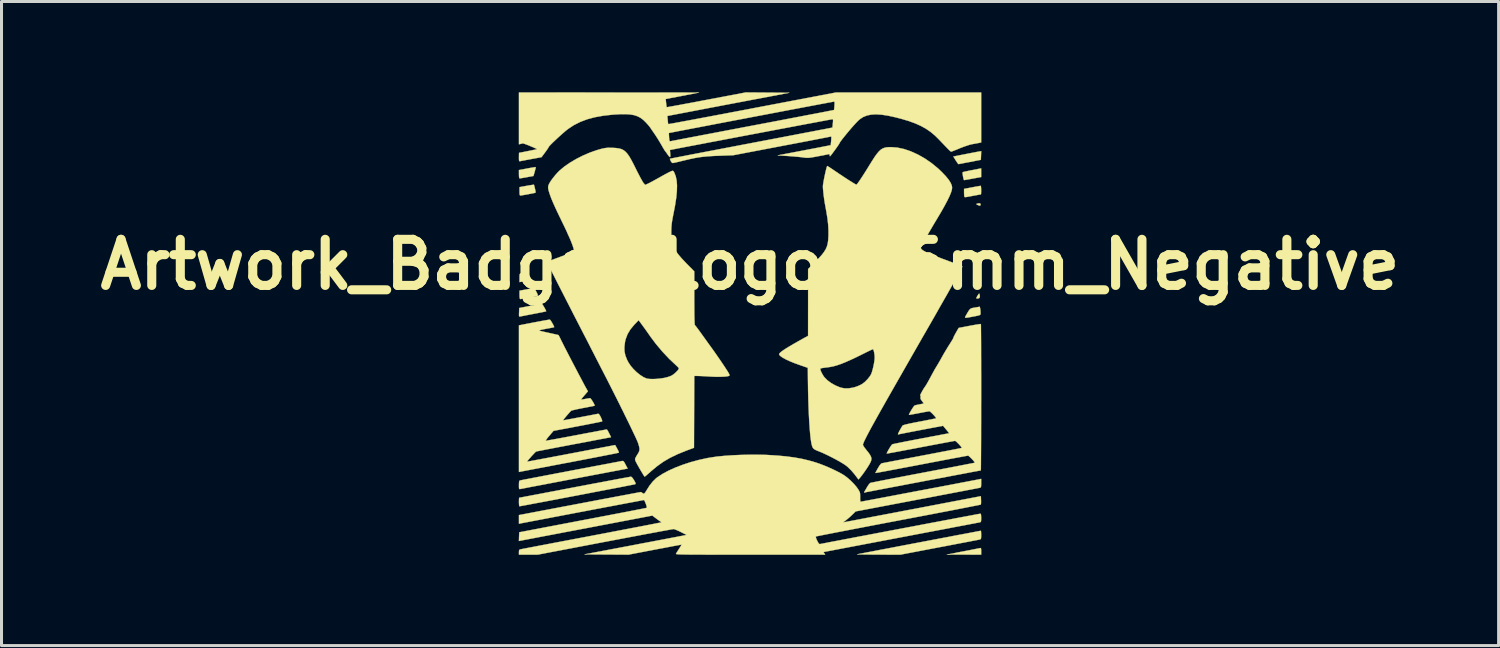
<source format=kicad_pcb>
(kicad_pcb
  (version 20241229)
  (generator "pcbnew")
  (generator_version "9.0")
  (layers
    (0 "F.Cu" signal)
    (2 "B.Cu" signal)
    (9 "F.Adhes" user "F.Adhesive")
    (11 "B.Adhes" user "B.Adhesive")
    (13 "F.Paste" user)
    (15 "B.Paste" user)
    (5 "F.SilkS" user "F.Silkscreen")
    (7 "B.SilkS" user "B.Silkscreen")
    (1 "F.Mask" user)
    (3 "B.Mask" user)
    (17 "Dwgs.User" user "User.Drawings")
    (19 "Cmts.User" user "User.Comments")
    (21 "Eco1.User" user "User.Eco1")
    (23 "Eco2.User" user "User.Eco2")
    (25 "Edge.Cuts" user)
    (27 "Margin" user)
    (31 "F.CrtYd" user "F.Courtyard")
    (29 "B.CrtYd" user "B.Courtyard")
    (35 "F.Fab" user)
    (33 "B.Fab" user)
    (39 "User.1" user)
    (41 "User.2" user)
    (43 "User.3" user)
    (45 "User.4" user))
  (footprint "Artwork_Badger_Logo_16mm_Negative"
    (layer "F.Cu")
    (at 21.742 7.645)
    (property "Reference" "Artwork_Badger_Logo_16mm_Negative" (at 0 -1.95 0) (layer "F.SilkS") (effects (font (size 1.524 1.524) (thickness 0.3))))
    (attr through_hole)
    (fp_poly (pts (xy -7.527 -2.015) (xy -7.527 -2.015) (xy -7.51 -1.976) (xy -7.516 -1.96) (xy -7.545 -1.957) (xy -7.576 -1.97) (xy -7.582 -1.993) (xy -7.573 -2.032) (xy -7.552 -2.04) (xy -7.527 -2.015)) (stroke (width 0.01) (type solid)) (fill yes) (layer "F.SilkS"))
    (fp_poly (pts (xy 7.603 -3.973) (xy 7.618 -3.951) (xy 7.62 -3.923) (xy 7.61 -3.901) (xy 7.579 -3.9) (xy 7.521 -3.921) (xy 7.517 -3.923) (xy 7.484 -3.942) (xy 7.486 -3.957) (xy 7.524 -3.968) (xy 7.564 -3.974) (xy 7.603 -3.973)) (stroke (width 0.01) (type solid)) (fill yes) (layer "F.SilkS"))
    (fp_poly (pts (xy 7.58 -0.986) (xy 7.589 -0.951) (xy 7.593 -0.934) (xy 7.596 -0.874) (xy 7.574 -0.841) (xy 7.525 -0.829) (xy 7.511 -0.828) (xy 7.483 -0.831) (xy 7.48 -0.845) (xy 7.496 -0.88) (xy 7.526 -0.931) (xy 7.551 -0.969) (xy 7.569 -0.99) (xy 7.58 -0.986)) (stroke (width 0.01) (type solid)) (fill yes) (layer "F.SilkS"))
    (fp_poly (pts (xy 7.633 7.429) (xy 7.638 7.461) (xy 7.639 7.521) (xy 7.639 7.526) (xy 7.639 7.639) (xy 7.07 7.637) (xy 6.501 7.636) (xy 7.027 7.534) (xy 7.165 7.508) (xy 7.293 7.483) (xy 7.404 7.461) (xy 7.495 7.443) (xy 7.56 7.43) (xy 7.594 7.423) (xy 7.596 7.423) (xy 7.62 7.419) (xy 7.633 7.429)) (stroke (width 0.01) (type solid)) (fill yes) (layer "F.SilkS"))
    (fp_poly (pts (xy -7.323 -1.57) (xy -7.294 -1.509) (xy -7.274 -1.463) (xy -7.266 -1.441) (xy -7.266 -1.44) (xy -7.286 -1.435) (xy -7.333 -1.425) (xy -7.394 -1.413) (xy -7.467 -1.4) (xy -7.531 -1.388) (xy -7.568 -1.381) (xy -7.62 -1.37) (xy -7.62 -1.512) (xy -7.619 -1.587) (xy -7.613 -1.632) (xy -7.592 -1.658) (xy -7.55 -1.672) (xy -7.479 -1.683) (xy -7.469 -1.684) (xy -7.385 -1.696) (xy -7.323 -1.57)) (stroke (width 0.01) (type solid)) (fill yes) (layer "F.SilkS"))
    (fp_poly (pts (xy -7.085 -5.172) (xy -7.086 -5.152) (xy -7.096 -5.105) (xy -7.113 -5.04) (xy -7.118 -5.021) (xy -7.159 -4.878) (xy -7.378 -4.838) (xy -7.466 -4.822) (xy -7.541 -4.809) (xy -7.594 -4.801) (xy -7.618 -4.798) (xy -7.63 -4.816) (xy -7.637 -4.867) (xy -7.639 -4.936) (xy -7.639 -5.074) (xy -7.365 -5.126) (xy -7.269 -5.144) (xy -7.186 -5.158) (xy -7.124 -5.168) (xy -7.09 -5.172) (xy -7.085 -5.172)) (stroke (width 0.01) (type solid)) (fill yes) (layer "F.SilkS"))
    (fp_poly (pts (xy 7.639 -4.843) (xy 7.361 -4.792) (xy 7.264 -4.774) (xy 7.18 -4.759) (xy 7.116 -4.748) (xy 7.079 -4.742) (xy 7.073 -4.741) (xy 7.064 -4.758) (xy 7.052 -4.803) (xy 7.039 -4.865) (xy 7.039 -4.866) (xy 7.029 -4.93) (xy 7.025 -4.98) (xy 7.028 -5.002) (xy 7.049 -5.01) (xy 7.101 -5.023) (xy 7.178 -5.039) (xy 7.271 -5.059) (xy 7.339 -5.072) (xy 7.639 -5.13) (xy 7.639 -4.843)) (stroke (width 0.01) (type solid)) (fill yes) (layer "F.SilkS"))
    (fp_poly (pts (xy 7.635 -5.555) (xy 7.629 -5.412) (xy 7.263 -5.341) (xy 7.15 -5.32) (xy 7.05 -5.301) (xy 6.97 -5.285) (xy 6.913 -5.275) (xy 6.887 -5.27) (xy 6.886 -5.27) (xy 6.873 -5.285) (xy 6.845 -5.324) (xy 6.808 -5.38) (xy 6.798 -5.396) (xy 6.719 -5.522) (xy 7.118 -5.6) (xy 7.239 -5.624) (xy 7.352 -5.646) (xy 7.449 -5.664) (xy 7.524 -5.679) (xy 7.571 -5.687) (xy 7.578 -5.688) (xy 7.64 -5.699) (xy 7.635 -5.555)) (stroke (width 0.01) (type solid)) (fill yes) (layer "F.SilkS"))
    (fp_poly (pts (xy 7.604 -0.509) (xy 7.612 -0.46) (xy 7.617 -0.396) (xy 7.618 -0.373) (xy 7.619 -0.336) (xy 7.617 -0.309) (xy 7.605 -0.29) (xy 7.58 -0.276) (xy 7.534 -0.263) (xy 7.464 -0.248) (xy 7.362 -0.229) (xy 7.351 -0.227) (xy 7.246 -0.207) (xy 7.174 -0.195) (xy 7.129 -0.191) (xy 7.109 -0.197) (xy 7.108 -0.214) (xy 7.122 -0.243) (xy 7.142 -0.278) (xy 7.193 -0.366) (xy 7.231 -0.428) (xy 7.262 -0.468) (xy 7.293 -0.494) (xy 7.33 -0.509) (xy 7.379 -0.52) (xy 7.435 -0.529) (xy 7.592 -0.557) (xy 7.604 -0.509)) (stroke (width 0.01) (type solid)) (fill yes) (layer "F.SilkS"))
    (fp_poly (pts (xy -7.143 -4.589) (xy -7.137 -4.568) (xy -7.125 -4.521) (xy -7.109 -4.457) (xy -7.109 -4.454) (xy -7.094 -4.387) (xy -7.088 -4.349) (xy -7.092 -4.329) (xy -7.107 -4.321) (xy -7.119 -4.318) (xy -7.213 -4.299) (xy -7.31 -4.28) (xy -7.404 -4.262) (xy -7.487 -4.248) (xy -7.549 -4.238) (xy -7.583 -4.233) (xy -7.585 -4.233) (xy -7.603 -4.237) (xy -7.614 -4.255) (xy -7.619 -4.294) (xy -7.62 -4.362) (xy -7.62 -4.371) (xy -7.62 -4.509) (xy -7.384 -4.553) (xy -7.295 -4.568) (xy -7.221 -4.58) (xy -7.168 -4.588) (xy -7.144 -4.589) (xy -7.143 -4.589)) (stroke (width 0.01) (type solid)) (fill yes) (layer "F.SilkS"))
    (fp_poly (pts (xy -7.131 -1.167) (xy -7.106 -1.129) (xy -7.074 -1.072) (xy -7.066 -1.056) (xy -7.033 -0.989) (xy -7.017 -0.949) (xy -7.016 -0.927) (xy -7.027 -0.916) (xy -7.032 -0.915) (xy -7.065 -0.907) (xy -7.124 -0.895) (xy -7.202 -0.88) (xy -7.29 -0.863) (xy -7.381 -0.846) (xy -7.465 -0.831) (xy -7.535 -0.818) (xy -7.583 -0.811) (xy -7.598 -0.809) (xy -7.611 -0.828) (xy -7.618 -0.883) (xy -7.62 -0.948) (xy -7.62 -1.087) (xy -7.39 -1.129) (xy -7.3 -1.146) (xy -7.225 -1.161) (xy -7.171 -1.172) (xy -7.146 -1.179) (xy -7.146 -1.179) (xy -7.131 -1.167)) (stroke (width 0.01) (type solid)) (fill yes) (layer "F.SilkS"))
    (fp_poly (pts (xy 7.631 -4.536) (xy 7.636 -4.49) (xy 7.639 -4.425) (xy 7.639 -4.412) (xy 7.638 -4.345) (xy 7.636 -4.295) (xy 7.633 -4.272) (xy 7.632 -4.271) (xy 7.612 -4.268) (xy 7.562 -4.259) (xy 7.489 -4.245) (xy 7.4 -4.229) (xy 7.375 -4.224) (xy 7.27 -4.204) (xy 7.196 -4.191) (xy 7.147 -4.182) (xy 7.117 -4.179) (xy 7.101 -4.18) (xy 7.093 -4.184) (xy 7.087 -4.189) (xy 7.081 -4.213) (xy 7.076 -4.264) (xy 7.074 -4.327) (xy 7.074 -4.452) (xy 7.342 -4.503) (xy 7.439 -4.521) (xy 7.522 -4.536) (xy 7.584 -4.547) (xy 7.62 -4.553) (xy 7.625 -4.553) (xy 7.631 -4.536)) (stroke (width 0.01) (type solid)) (fill yes) (layer "F.SilkS"))
    (fp_poly (pts (xy -6.869 -0.643) (xy -6.844 -0.605) (xy -6.812 -0.553) (xy -6.781 -0.498) (xy -6.755 -0.448) (xy -6.74 -0.414) (xy -6.739 -0.405) (xy -6.758 -0.399) (xy -6.809 -0.388) (xy -6.887 -0.372) (xy -6.985 -0.353) (xy -7.098 -0.331) (xy -7.15 -0.321) (xy -7.271 -0.298) (xy -7.381 -0.277) (xy -7.475 -0.258) (xy -7.547 -0.244) (xy -7.59 -0.236) (xy -7.597 -0.234) (xy -7.619 -0.231) (xy -7.631 -0.238) (xy -7.637 -0.263) (xy -7.637 -0.313) (xy -7.635 -0.37) (xy -7.629 -0.515) (xy -7.263 -0.585) (xy -7.15 -0.607) (xy -7.05 -0.626) (xy -6.968 -0.642) (xy -6.911 -0.652) (xy -6.884 -0.657) (xy -6.883 -0.657) (xy -6.869 -0.643)) (stroke (width 0.01) (type solid)) (fill yes) (layer "F.SilkS"))
    (fp_poly (pts (xy 7.634 6.866) (xy 7.637 6.911) (xy 7.639 6.976) (xy 7.639 6.988) (xy 7.638 7.059) (xy 7.634 7.102) (xy 7.623 7.124) (xy 7.605 7.135) (xy 7.596 7.137) (xy 7.571 7.142) (xy 7.512 7.154) (xy 7.422 7.171) (xy 7.305 7.194) (xy 7.163 7.221) (xy 6.999 7.252) (xy 6.817 7.287) (xy 6.619 7.325) (xy 6.41 7.365) (xy 6.261 7.393) (xy 4.967 7.639) (xy 4.238 7.637) (xy 4.078 7.636) (xy 3.931 7.635) (xy 3.802 7.634) (xy 3.694 7.632) (xy 3.612 7.631) (xy 3.558 7.629) (xy 3.537 7.628) (xy 3.537 7.627) (xy 3.559 7.623) (xy 3.615 7.612) (xy 3.702 7.595) (xy 3.817 7.573) (xy 3.958 7.546) (xy 4.12 7.515) (xy 4.302 7.48) (xy 4.501 7.442) (xy 4.713 7.402) (xy 4.936 7.359) (xy 5.168 7.315) (xy 5.404 7.27) (xy 5.642 7.225) (xy 5.88 7.18) (xy 6.114 7.135) (xy 6.341 7.092) (xy 6.559 7.051) (xy 6.765 7.011) (xy 6.956 6.975) (xy 7.129 6.943) (xy 7.281 6.914) (xy 7.409 6.89) (xy 7.511 6.87) (xy 7.583 6.857) (xy 7.622 6.85) (xy 7.629 6.849) (xy 7.634 6.866)) (stroke (width 0.01) (type solid)) (fill yes) (layer "F.SilkS"))
    (fp_poly (pts (xy -4.183 4.551) (xy -4.16 4.58) (xy -4.129 4.635) (xy -4.114 4.663) (xy -4.045 4.794) (xy -4.116 4.806) (xy -4.162 4.815) (xy -4.241 4.83) (xy -4.347 4.85) (xy -4.479 4.875) (xy -4.633 4.904) (xy -4.806 4.937) (xy -4.995 4.973) (xy -5.197 5.011) (xy -5.408 5.051) (xy -5.625 5.092) (xy -5.846 5.134) (xy -6.067 5.176) (xy -6.284 5.218) (xy -6.496 5.258) (xy -6.698 5.297) (xy -6.887 5.333) (xy -7.061 5.366) (xy -7.216 5.395) (xy -7.349 5.421) (xy -7.456 5.442) (xy -7.535 5.457) (xy -7.583 5.466) (xy -7.596 5.469) (xy -7.618 5.472) (xy -7.631 5.464) (xy -7.637 5.438) (xy -7.639 5.386) (xy -7.639 5.337) (xy -7.637 5.263) (xy -7.632 5.218) (xy -7.621 5.195) (xy -7.606 5.186) (xy -7.583 5.181) (xy -7.526 5.17) (xy -7.437 5.152) (xy -7.319 5.13) (xy -7.175 5.102) (xy -7.007 5.07) (xy -6.819 5.034) (xy -6.613 4.995) (xy -6.391 4.952) (xy -6.156 4.908) (xy -5.927 4.864) (xy -5.682 4.818) (xy -5.448 4.774) (xy -5.225 4.731) (xy -5.019 4.692) (xy -4.83 4.657) (xy -4.662 4.625) (xy -4.518 4.597) (xy -4.4 4.575) (xy -4.311 4.558) (xy -4.254 4.547) (xy -4.231 4.543) (xy -4.205 4.541) (xy -4.183 4.551)) (stroke (width 0.01) (type solid)) (fill yes) (layer "F.SilkS"))
    (fp_poly (pts (xy -3.908 5.077) (xy -3.872 5.12) (xy -3.835 5.179) (xy -3.8 5.24) (xy -3.784 5.278) (xy -3.783 5.298) (xy -3.797 5.309) (xy -3.798 5.31) (xy -3.819 5.315) (xy -3.874 5.326) (xy -3.961 5.343) (xy -4.075 5.365) (xy -4.215 5.393) (xy -4.376 5.424) (xy -4.556 5.459) (xy -4.752 5.496) (xy -4.962 5.536) (xy -5.181 5.578) (xy -5.407 5.622) (xy -5.637 5.666) (xy -5.868 5.71) (xy -6.097 5.753) (xy -6.321 5.796) (xy -6.537 5.837) (xy -6.742 5.876) (xy -6.933 5.912) (xy -7.107 5.944) (xy -7.26 5.973) (xy -7.391 5.998) (xy -7.496 6.017) (xy -7.571 6.031) (xy -7.615 6.038) (xy -7.625 6.04) (xy -7.631 6.022) (xy -7.636 5.977) (xy -7.639 5.912) (xy -7.639 5.898) (xy -7.638 5.831) (xy -7.635 5.781) (xy -7.631 5.758) (xy -7.631 5.757) (xy -7.611 5.754) (xy -7.558 5.744) (xy -7.472 5.728) (xy -7.357 5.706) (xy -7.215 5.679) (xy -7.048 5.648) (xy -6.86 5.612) (xy -6.652 5.572) (xy -6.427 5.53) (xy -6.188 5.484) (xy -5.937 5.436) (xy -5.793 5.409) (xy -5.536 5.36) (xy -5.289 5.313) (xy -5.054 5.269) (xy -4.835 5.228) (xy -4.634 5.19) (xy -4.453 5.156) (xy -4.294 5.126) (xy -4.162 5.102) (xy -4.057 5.083) (xy -3.982 5.069) (xy -3.941 5.062) (xy -3.934 5.061) (xy -3.908 5.077)) (stroke (width 0.01) (type solid)) (fill yes) (layer "F.SilkS"))
    (fp_poly (pts (xy -6.603 -0.117) (xy -6.576 -0.079) (xy -6.544 -0.027) (xy -6.513 0.028) (xy -6.488 0.078) (xy -6.475 0.112) (xy -6.476 0.121) (xy -6.496 0.126) (xy -6.545 0.136) (xy -6.618 0.15) (xy -6.707 0.166) (xy -6.731 0.171) (xy -6.822 0.188) (xy -6.899 0.204) (xy -6.953 0.217) (xy -6.979 0.226) (xy -6.98 0.227) (xy -6.963 0.234) (xy -6.914 0.248) (xy -6.841 0.266) (xy -6.748 0.287) (xy -6.657 0.307) (xy -6.552 0.33) (xy -6.461 0.35) (xy -6.39 0.366) (xy -6.344 0.377) (xy -6.33 0.381) (xy -6.32 0.399) (xy -6.297 0.444) (xy -6.264 0.51) (xy -6.225 0.591) (xy -6.214 0.611) (xy -6.18 0.681) (xy -6.131 0.777) (xy -6.071 0.893) (xy -6.003 1.026) (xy -5.928 1.17) (xy -5.85 1.32) (xy -5.77 1.472) (xy -5.693 1.62) (xy -5.619 1.76) (xy -5.552 1.886) (xy -5.495 1.995) (xy -5.449 2.08) (xy -5.418 2.136) (xy -5.415 2.14) (xy -5.359 2.239) (xy -5.475 2.373) (xy -5.524 2.431) (xy -5.561 2.478) (xy -5.582 2.506) (xy -5.584 2.512) (xy -5.564 2.511) (xy -5.518 2.505) (xy -5.453 2.493) (xy -5.447 2.492) (xy -5.377 2.479) (xy -5.32 2.47) (xy -5.287 2.466) (xy -5.287 2.466) (xy -5.268 2.48) (xy -5.239 2.518) (xy -5.205 2.569) (xy -5.173 2.624) (xy -5.148 2.673) (xy -5.136 2.707) (xy -5.138 2.715) (xy -5.158 2.721) (xy -5.209 2.732) (xy -5.287 2.747) (xy -5.384 2.766) (xy -5.495 2.787) (xy -5.522 2.792) (xy -5.637 2.815) (xy -5.74 2.836) (xy -5.825 2.856) (xy -5.886 2.872) (xy -5.916 2.883) (xy -5.919 2.885) (xy -6 2.976) (xy -6.07 3.056) (xy -6.125 3.122) (xy -6.162 3.17) (xy -6.179 3.195) (xy -6.178 3.199) (xy -6.157 3.195) (xy -6.104 3.186) (xy -6.025 3.171) (xy -5.926 3.153) (xy -5.812 3.132) (xy -5.689 3.109) (xy -5.562 3.085) (xy -5.437 3.061) (xy -5.319 3.039) (xy -5.214 3.019) (xy -5.128 3.002) (xy -5.065 2.99) (xy -5.032 2.983) (xy -5.032 2.983) (xy -5.009 2.984) (xy -4.987 3.002) (xy -4.96 3.044) (xy -4.932 3.098) (xy -4.903 3.163) (xy -4.888 3.211) (xy -4.888 3.234) (xy -4.889 3.234) (xy -4.911 3.24) (xy -4.966 3.252) (xy -5.05 3.269) (xy -5.159 3.291) (xy -5.29 3.317) (xy -5.438 3.346) (xy -5.6 3.377) (xy -5.701 3.396) (xy -6.496 3.546) (xy -6.633 3.706) (xy -6.687 3.77) (xy -6.727 3.823) (xy -6.751 3.859) (xy -6.755 3.872) (xy -6.734 3.87) (xy -6.679 3.861) (xy -6.595 3.846) (xy -6.484 3.827) (xy -6.349 3.802) (xy -6.195 3.774) (xy -6.024 3.742) (xy -5.841 3.707) (xy -5.742 3.689) (xy -5.554 3.653) (xy -5.376 3.619) (xy -5.214 3.589) (xy -5.069 3.562) (xy -4.946 3.538) (xy -4.848 3.52) (xy -4.778 3.507) (xy -4.74 3.5) (xy -4.734 3.5) (xy -4.721 3.515) (xy -4.696 3.556) (xy -4.665 3.615) (xy -4.658 3.628) (xy -4.594 3.756) (xy -5.82 3.988) (xy -6.03 4.028) (xy -6.229 4.066) (xy -6.415 4.101) (xy -6.584 4.134) (xy -6.732 4.162) (xy -6.858 4.187) (xy -6.957 4.206) (xy -7.027 4.22) (xy -7.065 4.228) (xy -7.07 4.229) (xy -7.09 4.245) (xy -7.126 4.281) (xy -7.174 4.332) (xy -7.227 4.389) (xy -7.279 4.448) (xy -7.324 4.501) (xy -7.357 4.541) (xy -7.371 4.562) (xy -7.371 4.564) (xy -7.352 4.561) (xy -7.299 4.552) (xy -7.215 4.537) (xy -7.102 4.516) (xy -6.963 4.49) (xy -6.802 4.46) (xy -6.62 4.426) (xy -6.421 4.388) (xy -6.207 4.348) (xy -5.982 4.305) (xy -5.912 4.292) (xy -4.459 4.015) (xy -4.392 4.136) (xy -4.361 4.196) (xy -4.341 4.242) (xy -4.336 4.267) (xy -4.337 4.268) (xy -4.356 4.273) (xy -4.41 4.284) (xy -4.496 4.302) (xy -4.61 4.325) (xy -4.751 4.352) (xy -4.914 4.384) (xy -5.099 4.42) (xy -5.301 4.459) (xy -5.519 4.501) (xy -5.748 4.545) (xy -5.904 4.575) (xy -6.143 4.62) (xy -6.372 4.664) (xy -6.59 4.705) (xy -6.793 4.744) (xy -6.978 4.779) (xy -7.143 4.81) (xy -7.283 4.837) (xy -7.398 4.859) (xy -7.482 4.875) (xy -7.535 4.885) (xy -7.549 4.888) (xy -7.639 4.905) (xy -7.639 0.059) (xy -7.54 0.04) (xy -7.416 0.015) (xy -7.284 -0.01) (xy -7.151 -0.036) (xy -7.022 -0.06) (xy -6.902 -0.083) (xy -6.796 -0.102) (xy -6.711 -0.117) (xy -6.651 -0.127) (xy -6.622 -0.132) (xy -6.621 -0.132) (xy -6.603 -0.117)) (stroke (width 0.01) (type solid)) (fill yes) (layer "F.SilkS"))
    (fp_poly (pts (xy 4.871 -5.816) (xy 5.092 -5.768) (xy 5.32 -5.69) (xy 5.551 -5.585) (xy 5.78 -5.455) (xy 6.002 -5.302) (xy 6.213 -5.129) (xy 6.333 -5.015) (xy 6.464 -4.878) (xy 6.563 -4.757) (xy 6.631 -4.651) (xy 6.669 -4.56) (xy 6.679 -4.493) (xy 6.67 -4.422) (xy 6.64 -4.326) (xy 6.59 -4.206) (xy 6.52 -4.061) (xy 6.428 -3.889) (xy 6.315 -3.689) (xy 6.18 -3.462) (xy 6.073 -3.284) (xy 5.975 -3.117) (xy 5.886 -2.964) (xy 5.809 -2.829) (xy 5.745 -2.713) (xy 5.695 -2.619) (xy 5.661 -2.552) (xy 5.645 -2.512) (xy 5.644 -2.506) (xy 5.653 -2.477) (xy 5.679 -2.446) (xy 5.726 -2.412) (xy 5.796 -2.373) (xy 5.89 -2.328) (xy 6.013 -2.276) (xy 6.165 -2.215) (xy 6.35 -2.145) (xy 6.453 -2.107) (xy 6.569 -2.064) (xy 6.681 -2.022) (xy 6.78 -1.984) (xy 6.86 -1.952) (xy 6.91 -1.931) (xy 7.019 -1.883) (xy 6.973 -1.793) (xy 6.935 -1.72) (xy 6.878 -1.616) (xy 6.804 -1.482) (xy 6.712 -1.319) (xy 6.605 -1.13) (xy 6.483 -0.914) (xy 6.482 -0.913) (xy 6.41 -0.787) (xy 6.333 -0.652) (xy 6.257 -0.519) (xy 6.189 -0.398) (xy 6.134 -0.301) (xy 6.08 -0.206) (xy 6.012 -0.088) (xy 5.937 0.044) (xy 5.858 0.18) (xy 5.783 0.311) (xy 5.767 0.339) (xy 5.696 0.461) (xy 5.625 0.586) (xy 5.557 0.704) (xy 5.497 0.809) (xy 5.45 0.891) (xy 5.438 0.913) (xy 5.402 0.975) (xy 5.351 1.064) (xy 5.288 1.175) (xy 5.215 1.302) (xy 5.136 1.44) (xy 5.054 1.584) (xy 5.002 1.675) (xy 4.81 2.011) (xy 4.636 2.316) (xy 4.48 2.591) (xy 4.341 2.837) (xy 4.218 3.056) (xy 4.111 3.249) (xy 4.018 3.417) (xy 3.94 3.561) (xy 3.876 3.683) (xy 3.824 3.784) (xy 3.784 3.865) (xy 3.756 3.928) (xy 3.739 3.973) (xy 3.732 4.003) (xy 3.732 4.013) (xy 3.749 4.048) (xy 3.784 4.1) (xy 3.828 4.158) (xy 3.909 4.259) (xy 3.965 4.339) (xy 3.999 4.404) (xy 4.012 4.462) (xy 4.006 4.519) (xy 3.982 4.581) (xy 3.95 4.642) (xy 3.901 4.723) (xy 3.838 4.819) (xy 3.769 4.919) (xy 3.702 5.011) (xy 3.645 5.083) (xy 3.636 5.093) (xy 3.584 5.153) (xy 3.452 4.98) (xy 3.341 4.85) (xy 3.226 4.738) (xy 3.179 4.699) (xy 3.108 4.65) (xy 3.009 4.589) (xy 2.891 4.522) (xy 2.761 4.452) (xy 2.626 4.383) (xy 2.494 4.319) (xy 2.373 4.263) (xy 2.277 4.224) (xy 2.188 4.188) (xy 2.128 4.157) (xy 2.089 4.124) (xy 2.063 4.082) (xy 2.044 4.024) (xy 2.042 4.018) (xy 2.023 3.93) (xy 2.004 3.806) (xy 1.987 3.651) (xy 1.972 3.467) (xy 1.957 3.257) (xy 1.945 3.023) (xy 1.934 2.77) (xy 1.925 2.498) (xy 1.918 2.212) (xy 1.914 1.915) (xy 1.913 1.875) (xy 1.91 1.514) (xy 2.322 1.514) (xy 2.337 1.563) (xy 2.365 1.625) (xy 2.402 1.693) (xy 2.444 1.757) (xy 2.456 1.772) (xy 2.552 1.871) (xy 2.677 1.964) (xy 2.822 2.046) (xy 2.979 2.111) (xy 3.001 2.118) (xy 3.12 2.141) (xy 3.257 2.141) (xy 3.402 2.118) (xy 3.476 2.098) (xy 3.56 2.068) (xy 3.643 2.031) (xy 3.708 1.996) (xy 3.712 1.993) (xy 3.804 1.921) (xy 3.892 1.83) (xy 3.966 1.735) (xy 4.005 1.667) (xy 4.029 1.601) (xy 4.055 1.509) (xy 4.08 1.403) (xy 4.101 1.296) (xy 4.115 1.199) (xy 4.12 1.123) (xy 4.12 1.122) (xy 4.117 1.054) (xy 4.107 0.983) (xy 4.094 0.918) (xy 4.079 0.87) (xy 4.065 0.847) (xy 4.062 0.847) (xy 4.041 0.855) (xy 3.991 0.877) (xy 3.919 0.911) (xy 3.83 0.955) (xy 3.729 1.005) (xy 3.721 1.009) (xy 3.506 1.115) (xy 3.32 1.202) (xy 3.157 1.274) (xy 3.014 1.332) (xy 2.886 1.376) (xy 2.768 1.41) (xy 2.657 1.433) (xy 2.547 1.449) (xy 2.533 1.45) (xy 2.451 1.46) (xy 2.383 1.471) (xy 2.338 1.481) (xy 2.325 1.487) (xy 2.322 1.514) (xy 1.91 1.514) (xy 1.91 1.463) (xy 1.627 1.365) (xy 1.462 1.305) (xy 1.315 1.245) (xy 1.189 1.187) (xy 1.088 1.132) (xy 1.014 1.083) (xy 0.97 1.04) (xy 0.96 1.013) (xy 0.972 0.986) (xy 1.011 0.948) (xy 1.077 0.897) (xy 1.171 0.834) (xy 1.295 0.758) (xy 1.45 0.667) (xy 1.637 0.561) (xy 1.735 0.506) (xy 1.918 0.405) (xy 1.919 -0.699) (xy 1.919 -1.803) (xy 2.141 -2.026) (xy 2.267 -2.155) (xy 2.367 -2.265) (xy 2.443 -2.364) (xy 2.501 -2.456) (xy 2.541 -2.548) (xy 2.567 -2.646) (xy 2.583 -2.756) (xy 2.591 -2.883) (xy 2.592 -2.916) (xy 2.592 -3.09) (xy 2.582 -3.269) (xy 2.56 -3.463) (xy 2.526 -3.678) (xy 2.493 -3.857) (xy 2.472 -3.973) (xy 2.452 -4.101) (xy 2.434 -4.233) (xy 2.421 -4.357) (xy 2.411 -4.464) (xy 2.408 -4.541) (xy 2.412 -4.586) (xy 2.423 -4.655) (xy 2.438 -4.742) (xy 2.457 -4.839) (xy 2.478 -4.938) (xy 2.499 -5.032) (xy 2.519 -5.113) (xy 2.536 -5.174) (xy 2.548 -5.206) (xy 2.55 -5.209) (xy 2.567 -5.201) (xy 2.609 -5.175) (xy 2.672 -5.134) (xy 2.75 -5.082) (xy 2.816 -5.037) (xy 2.937 -4.955) (xy 3.057 -4.875) (xy 3.171 -4.8) (xy 3.276 -4.732) (xy 3.368 -4.675) (xy 3.441 -4.63) (xy 3.491 -4.601) (xy 3.515 -4.591) (xy 3.515 -4.591) (xy 3.533 -4.606) (xy 3.568 -4.651) (xy 3.618 -4.721) (xy 3.679 -4.813) (xy 3.751 -4.923) (xy 3.831 -5.049) (xy 3.916 -5.186) (xy 3.934 -5.216) (xy 4.033 -5.375) (xy 4.116 -5.505) (xy 4.19 -5.607) (xy 4.255 -5.686) (xy 4.317 -5.745) (xy 4.38 -5.785) (xy 4.445 -5.811) (xy 4.518 -5.826) (xy 4.602 -5.832) (xy 4.662 -5.832) (xy 4.871 -5.816)) (stroke (width 0.01) (type solid)) (fill yes) (layer "F.SilkS"))
    (fp_poly (pts (xy -4.591 -5.81) (xy -4.544 -5.809) (xy -4.431 -5.802) (xy -4.335 -5.789) (xy -4.253 -5.767) (xy -4.182 -5.732) (xy -4.116 -5.681) (xy -4.053 -5.611) (xy -3.989 -5.519) (xy -3.921 -5.401) (xy -3.844 -5.254) (xy -3.781 -5.127) (xy -3.722 -5.008) (xy -3.664 -4.897) (xy -3.612 -4.799) (xy -3.568 -4.721) (xy -3.536 -4.667) (xy -3.522 -4.648) (xy -3.467 -4.583) (xy -3.385 -4.619) (xy -3.339 -4.641) (xy -3.269 -4.678) (xy -3.182 -4.725) (xy -3.088 -4.777) (xy -3.048 -4.799) (xy -2.912 -4.875) (xy -2.805 -4.935) (xy -2.721 -4.979) (xy -2.656 -5.012) (xy -2.607 -5.034) (xy -2.587 -5.043) (xy -2.556 -5.05) (xy -2.534 -5.039) (xy -2.511 -5.002) (xy -2.501 -4.984) (xy -2.456 -4.867) (xy -2.427 -4.728) (xy -2.414 -4.565) (xy -2.419 -4.375) (xy -2.44 -4.158) (xy -2.478 -3.909) (xy -2.513 -3.725) (xy -2.542 -3.58) (xy -2.564 -3.464) (xy -2.58 -3.368) (xy -2.591 -3.287) (xy -2.598 -3.211) (xy -2.602 -3.133) (xy -2.604 -3.046) (xy -2.604 -3.001) (xy -2.604 -2.887) (xy -2.602 -2.803) (xy -2.597 -2.739) (xy -2.589 -2.688) (xy -2.576 -2.641) (xy -2.563 -2.606) (xy -2.516 -2.501) (xy -2.451 -2.392) (xy -2.364 -2.275) (xy -2.252 -2.145) (xy -2.113 -1.998) (xy -2.094 -1.978) (xy -1.844 -1.726) (xy -1.844 -0.846) (xy -1.843 -0.634) (xy -1.842 -0.448) (xy -1.841 -0.288) (xy -1.838 -0.157) (xy -1.835 -0.056) (xy -1.831 0.011) (xy -1.827 0.044) (xy -1.826 0.047) (xy -1.81 0.065) (xy -1.775 0.109) (xy -1.727 0.173) (xy -1.668 0.253) (xy -1.605 0.341) (xy -1.524 0.453) (xy -1.436 0.576) (xy -1.349 0.697) (xy -1.271 0.805) (xy -1.236 0.853) (xy -1.169 0.947) (xy -1.089 1.062) (xy -1.003 1.186) (xy -0.919 1.31) (xy -0.864 1.392) (xy -0.793 1.5) (xy -0.741 1.58) (xy -0.706 1.639) (xy -0.686 1.678) (xy -0.678 1.703) (xy -0.681 1.718) (xy -0.686 1.724) (xy -0.727 1.739) (xy -0.8 1.75) (xy -0.898 1.757) (xy -1.017 1.76) (xy -1.15 1.759) (xy -1.292 1.753) (xy -1.326 1.751) (xy -1.437 1.744) (xy -1.545 1.738) (xy -1.64 1.734) (xy -1.711 1.732) (xy -1.726 1.731) (xy -1.844 1.731) (xy -1.853 4.105) (xy -2.126 4.207) (xy -2.398 4.318) (xy -2.64 4.435) (xy -2.861 4.564) (xy -3.067 4.71) (xy -3.267 4.876) (xy -3.283 4.89) (xy -3.353 4.953) (xy -3.413 5.005) (xy -3.457 5.042) (xy -3.481 5.06) (xy -3.483 5.061) (xy -3.496 5.046) (xy -3.524 5.004) (xy -3.562 4.941) (xy -3.608 4.865) (xy -3.617 4.85) (xy -3.682 4.737) (xy -3.73 4.652) (xy -3.763 4.589) (xy -3.785 4.544) (xy -3.796 4.512) (xy -3.8 4.488) (xy -3.801 4.481) (xy -3.791 4.448) (xy -3.764 4.395) (xy -3.727 4.334) (xy -3.725 4.332) (xy -3.684 4.264) (xy -3.66 4.206) (xy -3.653 4.147) (xy -3.663 4.077) (xy -3.689 3.986) (xy -3.702 3.946) (xy -3.721 3.898) (xy -3.755 3.82) (xy -3.804 3.715) (xy -3.865 3.586) (xy -3.937 3.435) (xy -4.019 3.266) (xy -4.109 3.083) (xy -4.205 2.887) (xy -4.306 2.683) (xy -4.411 2.473) (xy -4.518 2.261) (xy -4.625 2.049) (xy -4.731 1.84) (xy -4.835 1.639) (xy -4.855 1.599) (xy -4.924 1.466) (xy -4.994 1.329) (xy -5.062 1.197) (xy -5.123 1.078) (xy -5.173 0.979) (xy -5.198 0.931) (xy -5.238 0.853) (xy -5.283 0.765) (xy -4.154 0.765) (xy -4.151 0.915) (xy -4.121 1.058) (xy -4.062 1.205) (xy -4.019 1.287) (xy -3.946 1.396) (xy -3.853 1.505) (xy -3.747 1.608) (xy -3.635 1.698) (xy -3.525 1.769) (xy -3.424 1.814) (xy -3.411 1.818) (xy -3.332 1.83) (xy -3.227 1.834) (xy -3.104 1.83) (xy -2.973 1.817) (xy -2.844 1.798) (xy -2.823 1.794) (xy -2.74 1.773) (xy -2.658 1.747) (xy -2.597 1.722) (xy -2.544 1.688) (xy -2.485 1.642) (xy -2.429 1.589) (xy -2.383 1.539) (xy -2.356 1.498) (xy -2.352 1.483) (xy -2.365 1.46) (xy -2.4 1.422) (xy -2.449 1.376) (xy -2.45 1.375) (xy -2.674 1.164) (xy -2.896 0.928) (xy -3.107 0.678) (xy -3.297 0.425) (xy -3.332 0.373) (xy -3.378 0.308) (xy -3.437 0.224) (xy -3.502 0.134) (xy -3.548 0.071) (xy -3.683 -0.112) (xy -3.826 0.037) (xy -3.957 0.195) (xy -4.053 0.357) (xy -4.116 0.528) (xy -4.131 0.596) (xy -4.154 0.765) (xy -5.283 0.765) (xy -5.291 0.748) (xy -5.355 0.624) (xy -5.424 0.489) (xy -5.497 0.349) (xy -5.56 0.226) (xy -5.673 0.007) (xy -5.799 -0.237) (xy -5.933 -0.5) (xy -6.073 -0.773) (xy -6.213 -1.048) (xy -6.351 -1.318) (xy -6.481 -1.575) (xy -6.53 -1.671) (xy -6.589 -1.789) (xy -6.632 -1.878) (xy -6.662 -1.943) (xy -6.679 -1.988) (xy -6.685 -2.017) (xy -6.682 -2.034) (xy -6.677 -2.041) (xy -6.651 -2.056) (xy -6.596 -2.081) (xy -6.52 -2.112) (xy -6.429 -2.148) (xy -6.388 -2.163) (xy -6.223 -2.224) (xy -6.091 -2.274) (xy -5.989 -2.314) (xy -5.914 -2.345) (xy -5.863 -2.369) (xy -5.832 -2.387) (xy -5.82 -2.4) (xy -5.822 -2.431) (xy -5.836 -2.49) (xy -5.861 -2.57) (xy -5.895 -2.662) (xy -5.935 -2.762) (xy -5.978 -2.86) (xy -5.983 -2.872) (xy -6.016 -2.942) (xy -6.041 -2.999) (xy -6.056 -3.033) (xy -6.058 -3.04) (xy -6.066 -3.058) (xy -6.089 -3.106) (xy -6.123 -3.178) (xy -6.168 -3.27) (xy -6.22 -3.378) (xy -6.272 -3.485) (xy -6.372 -3.692) (xy -6.454 -3.869) (xy -6.522 -4.022) (xy -6.576 -4.154) (xy -6.618 -4.269) (xy -6.65 -4.37) (xy -6.654 -4.383) (xy -6.671 -4.455) (xy -6.675 -4.508) (xy -6.667 -4.557) (xy -6.663 -4.571) (xy -6.634 -4.635) (xy -6.583 -4.718) (xy -6.515 -4.811) (xy -6.437 -4.908) (xy -6.352 -5.002) (xy -6.29 -5.063) (xy -6.135 -5.192) (xy -5.951 -5.319) (xy -5.744 -5.441) (xy -5.523 -5.553) (xy -5.295 -5.651) (xy -5.067 -5.731) (xy -4.933 -5.77) (xy -4.84 -5.792) (xy -4.762 -5.805) (xy -4.685 -5.811) (xy -4.591 -5.81)) (stroke (width 0.01) (type solid)) (fill yes) (layer "F.SilkS"))
    (fp_poly (pts (xy 7.629 0.016) (xy 7.631 0.036) (xy 7.632 0.09) (xy 7.633 0.177) (xy 7.634 0.293) (xy 7.635 0.436) (xy 7.636 0.603) (xy 7.637 0.791) (xy 7.637 0.997) (xy 7.638 1.22) (xy 7.638 1.455) (xy 7.639 1.701) (xy 7.639 1.955) (xy 7.639 2.214) (xy 7.639 2.475) (xy 7.638 2.735) (xy 7.638 2.993) (xy 7.638 3.244) (xy 7.637 3.487) (xy 7.637 3.719) (xy 7.636 3.937) (xy 7.635 4.138) (xy 7.634 4.32) (xy 7.633 4.48) (xy 7.632 4.615) (xy 7.631 4.723) (xy 7.63 4.8) (xy 7.628 4.844) (xy 7.627 4.854) (xy 7.607 4.858) (xy 7.554 4.868) (xy 7.469 4.883) (xy 7.356 4.904) (xy 7.219 4.93) (xy 7.059 4.961) (xy 6.88 4.994) (xy 6.685 5.031) (xy 6.477 5.071) (xy 6.259 5.112) (xy 6.034 5.154) (xy 5.804 5.198) (xy 5.574 5.242) (xy 5.345 5.285) (xy 5.121 5.328) (xy 4.905 5.369) (xy 4.699 5.408) (xy 4.508 5.444) (xy 4.333 5.478) (xy 4.178 5.507) (xy 4.045 5.533) (xy 3.938 5.553) (xy 3.86 5.568) (xy 3.814 5.577) (xy 3.802 5.58) (xy 3.772 5.585) (xy 3.77 5.573) (xy 3.786 5.547) (xy 3.81 5.508) (xy 3.844 5.449) (xy 3.876 5.394) (xy 3.914 5.334) (xy 3.951 5.289) (xy 3.977 5.267) (xy 4.001 5.261) (xy 4.06 5.249) (xy 4.149 5.231) (xy 4.268 5.207) (xy 4.414 5.179) (xy 4.582 5.146) (xy 4.772 5.109) (xy 4.981 5.069) (xy 5.205 5.026) (xy 5.442 4.981) (xy 5.689 4.934) (xy 5.72 4.928) (xy 5.967 4.881) (xy 6.204 4.836) (xy 6.428 4.794) (xy 6.636 4.754) (xy 6.825 4.718) (xy 6.993 4.685) (xy 7.138 4.657) (xy 7.257 4.634) (xy 7.346 4.617) (xy 7.404 4.605) (xy 7.429 4.6) (xy 7.429 4.599) (xy 7.423 4.582) (xy 7.396 4.547) (xy 7.356 4.501) (xy 7.309 4.452) (xy 7.264 4.409) (xy 7.228 4.377) (xy 7.207 4.365) (xy 7.184 4.369) (xy 7.127 4.379) (xy 7.039 4.395) (xy 6.923 4.417) (xy 6.78 4.443) (xy 6.615 4.474) (xy 6.43 4.509) (xy 6.227 4.548) (xy 6.01 4.589) (xy 5.781 4.633) (xy 5.663 4.655) (xy 5.43 4.7) (xy 5.208 4.742) (xy 4.999 4.781) (xy 4.807 4.818) (xy 4.633 4.85) (xy 4.482 4.879) (xy 4.355 4.902) (xy 4.255 4.921) (xy 4.186 4.933) (xy 4.149 4.939) (xy 4.144 4.94) (xy 4.15 4.923) (xy 4.172 4.88) (xy 4.204 4.82) (xy 4.226 4.782) (xy 4.28 4.693) (xy 4.324 4.639) (xy 4.353 4.619) (xy 4.378 4.614) (xy 4.437 4.603) (xy 4.526 4.586) (xy 4.643 4.563) (xy 4.785 4.536) (xy 4.949 4.505) (xy 5.131 4.47) (xy 5.328 4.433) (xy 5.538 4.393) (xy 5.691 4.364) (xy 5.907 4.323) (xy 6.111 4.284) (xy 6.302 4.247) (xy 6.476 4.214) (xy 6.63 4.184) (xy 6.76 4.159) (xy 6.865 4.138) (xy 6.942 4.123) (xy 6.986 4.113) (xy 6.997 4.11) (xy 6.991 4.092) (xy 6.964 4.056) (xy 6.924 4.01) (xy 6.878 3.962) (xy 6.833 3.918) (xy 6.797 3.887) (xy 6.776 3.877) (xy 6.753 3.88) (xy 6.695 3.891) (xy 6.608 3.907) (xy 6.493 3.928) (xy 6.355 3.954) (xy 6.196 3.984) (xy 6.02 4.017) (xy 5.831 4.053) (xy 5.635 4.09) (xy 5.436 4.128) (xy 5.248 4.164) (xy 5.075 4.196) (xy 4.919 4.226) (xy 4.785 4.251) (xy 4.674 4.271) (xy 4.59 4.286) (xy 4.537 4.295) (xy 4.518 4.297) (xy 4.522 4.279) (xy 4.542 4.237) (xy 4.572 4.182) (xy 4.608 4.121) (xy 4.644 4.064) (xy 4.676 4.018) (xy 4.698 3.993) (xy 4.7 3.991) (xy 4.725 3.985) (xy 4.782 3.972) (xy 4.869 3.954) (xy 4.983 3.931) (xy 5.118 3.904) (xy 5.273 3.874) (xy 5.442 3.841) (xy 5.622 3.807) (xy 5.658 3.8) (xy 6.583 3.625) (xy 6.528 3.557) (xy 6.482 3.501) (xy 6.436 3.446) (xy 6.426 3.434) (xy 6.38 3.379) (xy 5.65 3.517) (xy 5.488 3.548) (xy 5.338 3.577) (xy 5.203 3.603) (xy 5.087 3.626) (xy 4.994 3.644) (xy 4.929 3.657) (xy 4.896 3.665) (xy 4.893 3.665) (xy 4.889 3.655) (xy 4.904 3.617) (xy 4.935 3.554) (xy 4.982 3.47) (xy 5.035 3.38) (xy 5.048 3.368) (xy 5.075 3.356) (xy 5.122 3.342) (xy 5.19 3.325) (xy 5.284 3.304) (xy 5.407 3.279) (xy 5.562 3.249) (xy 5.599 3.242) (xy 5.737 3.216) (xy 5.863 3.191) (xy 5.971 3.17) (xy 6.058 3.152) (xy 6.119 3.14) (xy 6.148 3.132) (xy 6.15 3.132) (xy 6.144 3.114) (xy 6.118 3.078) (xy 6.078 3.032) (xy 6.032 2.983) (xy 5.987 2.94) (xy 5.95 2.909) (xy 5.93 2.898) (xy 5.901 2.902) (xy 5.843 2.912) (xy 5.762 2.926) (xy 5.663 2.945) (xy 5.579 2.961) (xy 5.474 2.981) (xy 5.383 2.997) (xy 5.311 3.01) (xy 5.266 3.017) (xy 5.252 3.017) (xy 5.256 2.999) (xy 5.276 2.958) (xy 5.306 2.902) (xy 5.343 2.842) (xy 5.38 2.784) (xy 5.412 2.738) (xy 5.434 2.712) (xy 5.437 2.71) (xy 5.469 2.699) (xy 5.526 2.686) (xy 5.597 2.672) (xy 5.602 2.671) (xy 5.668 2.658) (xy 5.716 2.647) (xy 5.738 2.639) (xy 5.739 2.638) (xy 5.728 2.62) (xy 5.701 2.583) (xy 5.681 2.557) (xy 5.645 2.506) (xy 5.632 2.466) (xy 5.636 2.425) (xy 5.641 2.386) (xy 5.633 2.377) (xy 5.625 2.381) (xy 5.621 2.374) (xy 5.634 2.342) (xy 5.659 2.293) (xy 5.691 2.234) (xy 5.727 2.172) (xy 5.763 2.115) (xy 5.795 2.07) (xy 5.795 2.07) (xy 5.821 2.03) (xy 5.859 1.966) (xy 5.905 1.884) (xy 5.954 1.794) (xy 5.966 1.771) (xy 6.018 1.674) (xy 6.07 1.579) (xy 6.117 1.495) (xy 6.154 1.434) (xy 6.158 1.427) (xy 6.194 1.368) (xy 6.242 1.287) (xy 6.295 1.194) (xy 6.343 1.107) (xy 6.404 0.999) (xy 6.476 0.878) (xy 6.548 0.76) (xy 6.593 0.689) (xy 6.642 0.611) (xy 6.683 0.545) (xy 6.711 0.496) (xy 6.722 0.47) (xy 6.722 0.469) (xy 6.729 0.447) (xy 6.751 0.401) (xy 6.785 0.338) (xy 6.807 0.299) (xy 6.896 0.144) (xy 7.258 0.075) (xy 7.37 0.054) (xy 7.469 0.037) (xy 7.549 0.024) (xy 7.604 0.017) (xy 7.629 0.015) (xy 7.629 0.016)) (stroke (width 0.01) (type solid)) (fill yes) (layer "F.SilkS"))
    (fp_poly (pts (xy 0.531 4.341) (xy 0.592 4.344) (xy 0.912 4.364) (xy 1.2 4.391) (xy 1.463 4.426) (xy 1.709 4.47) (xy 1.942 4.525) (xy 2.169 4.59) (xy 2.18 4.594) (xy 2.314 4.64) (xy 2.462 4.697) (xy 2.615 4.762) (xy 2.766 4.831) (xy 2.906 4.9) (xy 3.027 4.965) (xy 3.12 5.022) (xy 3.122 5.023) (xy 3.223 5.1) (xy 3.329 5.194) (xy 3.43 5.296) (xy 3.516 5.396) (xy 3.568 5.469) (xy 3.605 5.53) (xy 3.627 5.576) (xy 3.637 5.622) (xy 3.639 5.682) (xy 3.639 5.737) (xy 3.639 5.814) (xy 3.644 5.867) (xy 3.653 5.889) (xy 3.654 5.889) (xy 3.674 5.886) (xy 3.728 5.876) (xy 3.813 5.86) (xy 3.927 5.839) (xy 4.065 5.813) (xy 4.226 5.783) (xy 4.406 5.749) (xy 4.602 5.712) (xy 4.812 5.672) (xy 5.032 5.63) (xy 5.26 5.587) (xy 5.492 5.543) (xy 5.726 5.499) (xy 5.959 5.455) (xy 6.187 5.412) (xy 6.408 5.37) (xy 6.619 5.33) (xy 6.817 5.292) (xy 7 5.257) (xy 7.163 5.226) (xy 7.304 5.199) (xy 7.42 5.177) (xy 7.509 5.16) (xy 7.566 5.149) (xy 7.587 5.144) (xy 7.639 5.133) (xy 7.639 5.276) (xy 7.638 5.348) (xy 7.634 5.392) (xy 7.624 5.415) (xy 7.606 5.425) (xy 7.596 5.428) (xy 7.573 5.432) (xy 7.514 5.444) (xy 7.424 5.461) (xy 7.304 5.484) (xy 7.156 5.512) (xy 6.984 5.545) (xy 6.789 5.582) (xy 6.575 5.623) (xy 6.342 5.667) (xy 6.095 5.715) (xy 5.835 5.764) (xy 5.565 5.815) (xy 5.523 5.823) (xy 3.491 6.209) (xy 3.378 6.319) (xy 3.31 6.383) (xy 3.237 6.446) (xy 3.174 6.497) (xy 3.17 6.5) (xy 3.076 6.571) (xy 3.151 6.558) (xy 3.179 6.553) (xy 3.242 6.541) (xy 3.337 6.523) (xy 3.461 6.5) (xy 3.613 6.471) (xy 3.79 6.437) (xy 3.99 6.399) (xy 4.211 6.357) (xy 4.449 6.312) (xy 4.703 6.264) (xy 4.97 6.213) (xy 5.248 6.16) (xy 5.428 6.126) (xy 7.629 5.706) (xy 7.635 5.838) (xy 7.636 5.906) (xy 7.633 5.958) (xy 7.626 5.983) (xy 7.626 5.984) (xy 7.606 5.989) (xy 7.551 6) (xy 7.463 6.018) (xy 7.345 6.041) (xy 7.197 6.07) (xy 7.024 6.104) (xy 6.825 6.143) (xy 6.604 6.186) (xy 6.362 6.232) (xy 6.102 6.282) (xy 5.826 6.335) (xy 5.535 6.39) (xy 5.232 6.448) (xy 4.919 6.507) (xy 4.901 6.511) (xy 4.588 6.57) (xy 4.284 6.628) (xy 3.992 6.684) (xy 3.715 6.737) (xy 3.454 6.787) (xy 3.211 6.834) (xy 2.989 6.877) (xy 2.789 6.915) (xy 2.613 6.95) (xy 2.464 6.979) (xy 2.344 7.003) (xy 2.254 7.021) (xy 2.197 7.033) (xy 2.175 7.039) (xy 2.175 7.039) (xy 2.174 7.063) (xy 2.189 7.111) (xy 2.217 7.175) (xy 2.217 7.175) (xy 2.253 7.242) (xy 2.281 7.279) (xy 2.304 7.29) (xy 2.31 7.289) (xy 2.337 7.283) (xy 2.397 7.272) (xy 2.49 7.254) (xy 2.611 7.23) (xy 2.758 7.202) (xy 2.929 7.17) (xy 3.122 7.133) (xy 3.333 7.093) (xy 3.561 7.049) (xy 3.802 7.004) (xy 4.054 6.956) (xy 4.315 6.906) (xy 4.582 6.856) (xy 4.853 6.804) (xy 5.125 6.753) (xy 5.395 6.702) (xy 5.661 6.651) (xy 5.92 6.602) (xy 6.171 6.555) (xy 6.409 6.51) (xy 6.634 6.468) (xy 6.842 6.428) (xy 7.03 6.393) (xy 7.197 6.362) (xy 7.34 6.335) (xy 7.455 6.313) (xy 7.541 6.297) (xy 7.596 6.288) (xy 7.615 6.284) (xy 7.629 6.298) (xy 7.636 6.341) (xy 7.639 6.417) (xy 7.639 6.423) (xy 7.638 6.494) (xy 7.634 6.536) (xy 7.624 6.558) (xy 7.605 6.568) (xy 7.587 6.571) (xy 7.563 6.576) (xy 7.503 6.587) (xy 7.412 6.605) (xy 7.289 6.628) (xy 7.139 6.657) (xy 6.962 6.69) (xy 6.761 6.728) (xy 6.539 6.771) (xy 6.296 6.817) (xy 6.036 6.866) (xy 5.761 6.918) (xy 5.473 6.973) (xy 5.174 7.03) (xy 4.981 7.066) (xy 2.427 7.552) (xy 2.456 7.595) (xy 2.484 7.639) (xy 0.009 7.639) (xy -0.347 7.639) (xy -0.666 7.639) (xy -0.953 7.639) (xy -1.207 7.638) (xy -1.431 7.638) (xy -1.626 7.637) (xy -1.795 7.637) (xy -1.94 7.636) (xy -2.062 7.635) (xy -2.163 7.633) (xy -2.246 7.632) (xy -2.311 7.63) (xy -2.361 7.627) (xy -2.398 7.625) (xy -2.423 7.622) (xy -2.439 7.618) (xy -2.447 7.614) (xy -2.449 7.61) (xy -2.447 7.606) (xy -2.429 7.575) (xy -2.396 7.523) (xy -2.355 7.458) (xy -2.344 7.442) (xy -2.306 7.381) (xy -2.278 7.335) (xy -2.264 7.309) (xy -2.264 7.307) (xy -2.282 7.31) (xy -2.334 7.319) (xy -2.416 7.334) (xy -2.524 7.354) (xy -2.654 7.379) (xy -2.803 7.407) (xy -2.968 7.438) (xy -3.142 7.471) (xy -4.017 7.638) (xy -4.746 7.634) (xy -5.475 7.629) (xy -3.852 7.322) (xy -3.609 7.275) (xy -3.375 7.231) (xy -3.154 7.189) (xy -2.948 7.15) (xy -2.76 7.114) (xy -2.592 7.082) (xy -2.448 7.055) (xy -2.33 7.032) (xy -2.242 7.015) (xy -2.185 7.004) (xy -2.164 7) (xy -2.098 6.987) (xy -2.29 6.889) (xy -2.371 6.85) (xy -2.444 6.819) (xy -2.5 6.798) (xy -2.527 6.792) (xy -2.551 6.796) (xy -2.61 6.806) (xy -2.7 6.822) (xy -2.821 6.844) (xy -2.97 6.871) (xy -3.144 6.904) (xy -3.341 6.94) (xy -3.559 6.981) (xy -3.795 7.026) (xy -4.047 7.073) (xy -4.313 7.124) (xy -4.591 7.176) (xy -4.797 7.215) (xy -7.022 7.639) (xy -7.639 7.639) (xy -7.639 7.556) (xy -7.636 7.503) (xy -7.623 7.476) (xy -7.597 7.464) (xy -7.596 7.464) (xy -7.573 7.459) (xy -7.515 7.448) (xy -7.424 7.43) (xy -7.303 7.407) (xy -7.155 7.379) (xy -6.98 7.345) (xy -6.783 7.308) (xy -6.564 7.266) (xy -6.326 7.221) (xy -6.072 7.173) (xy -5.804 7.122) (xy -5.524 7.069) (xy -5.249 7.017) (xy -4.96 6.962) (xy -4.682 6.909) (xy -4.416 6.858) (xy -4.165 6.81) (xy -3.93 6.765) (xy -3.715 6.724) (xy -3.522 6.687) (xy -3.352 6.654) (xy -3.208 6.626) (xy -3.092 6.603) (xy -3.006 6.586) (xy -2.953 6.576) (xy -2.935 6.572) (xy -2.941 6.558) (xy -2.96 6.545) (xy -2.99 6.525) (xy -3.041 6.489) (xy -3.101 6.444) (xy -3.112 6.436) (xy -3.23 6.347) (xy -5.383 6.757) (xy -5.663 6.81) (xy -5.933 6.861) (xy -6.191 6.91) (xy -6.435 6.957) (xy -6.662 7) (xy -6.869 7.039) (xy -7.055 7.075) (xy -7.218 7.106) (xy -7.353 7.132) (xy -7.461 7.152) (xy -7.537 7.167) (xy -7.58 7.175) (xy -7.588 7.176) (xy -7.64 7.187) (xy -7.635 7.043) (xy -7.629 6.899) (xy -5.525 6.498) (xy -5.249 6.446) (xy -4.984 6.395) (xy -4.731 6.347) (xy -4.493 6.301) (xy -4.273 6.259) (xy -4.073 6.221) (xy -3.894 6.186) (xy -3.741 6.156) (xy -3.613 6.131) (xy -3.515 6.112) (xy -3.448 6.098) (xy -3.415 6.091) (xy -3.412 6.09) (xy -3.412 6.068) (xy -3.423 6.023) (xy -3.442 5.966) (xy -3.465 5.908) (xy -3.486 5.861) (xy -3.503 5.835) (xy -3.507 5.833) (xy -3.528 5.836) (xy -3.583 5.846) (xy -3.671 5.863) (xy -3.788 5.885) (xy -3.933 5.912) (xy -4.104 5.944) (xy -4.296 5.98) (xy -4.509 6.021) (xy -4.74 6.064) (xy -4.987 6.111) (xy -5.247 6.16) (xy -5.517 6.212) (xy -5.583 6.224) (xy -7.639 6.616) (xy -7.639 6.33) (xy -5.63 5.949) (xy -5.361 5.898) (xy -5.102 5.849) (xy -4.855 5.802) (xy -4.624 5.759) (xy -4.41 5.718) (xy -4.217 5.682) (xy -4.045 5.65) (xy -3.898 5.622) (xy -3.779 5.6) (xy -3.689 5.583) (xy -3.631 5.573) (xy -3.607 5.569) (xy -3.606 5.569) (xy -3.582 5.581) (xy -3.563 5.597) (xy -3.531 5.621) (xy -3.501 5.618) (xy -3.468 5.588) (xy -3.428 5.525) (xy -3.418 5.508) (xy -3.322 5.356) (xy -3.216 5.222) (xy -3.106 5.114) (xy -3.07 5.085) (xy -2.899 4.972) (xy -2.697 4.863) (xy -2.469 4.76) (xy -2.22 4.665) (xy -1.958 4.579) (xy -1.686 4.506) (xy -1.412 4.446) (xy -1.141 4.403) (xy -1.073 4.394) (xy -0.833 4.371) (xy -0.567 4.353) (xy -0.287 4.341) (xy -0.003 4.335) (xy 0.274 4.335) (xy 0.531 4.341)) (stroke (width 0.01) (type solid)) (fill yes) (layer "F.SilkS"))
    (fp_poly (pts (xy 1.298 -7.629) (xy -0.325 -7.321) (xy -0.577 -7.273) (xy -0.827 -7.226) (xy -1.071 -7.179) (xy -1.304 -7.135) (xy -1.524 -7.093) (xy -1.727 -7.054) (xy -1.91 -7.019) (xy -2.068 -6.989) (xy -2.199 -6.964) (xy -2.298 -6.945) (xy -2.34 -6.937) (xy -2.733 -6.862) (xy -2.722 -6.731) (xy -2.716 -6.665) (xy -2.709 -6.615) (xy -2.704 -6.592) (xy -2.704 -6.592) (xy -2.685 -6.595) (xy -2.631 -6.604) (xy -2.544 -6.619) (xy -2.426 -6.641) (xy -2.28 -6.668) (xy -2.106 -6.7) (xy -1.908 -6.737) (xy -1.687 -6.779) (xy -1.445 -6.824) (xy -1.185 -6.873) (xy -0.908 -6.925) (xy -0.616 -6.981) (xy -0.312 -7.038) (xy 0.003 -7.098) (xy 0.075 -7.112) (xy 2.845 -7.639) (xy 7.639 -7.639) (xy 7.639 -5.986) (xy 7.54 -5.966) (xy 7.465 -5.952) (xy 7.377 -5.936) (xy 7.319 -5.925) (xy 7.257 -5.91) (xy 7.17 -5.882) (xy 7.069 -5.847) (xy 6.964 -5.807) (xy 6.93 -5.793) (xy 6.837 -5.754) (xy 6.755 -5.722) (xy 6.692 -5.697) (xy 6.654 -5.684) (xy 6.646 -5.682) (xy 6.637 -5.685) (xy 6.621 -5.697) (xy 6.597 -5.719) (xy 6.56 -5.755) (xy 6.508 -5.808) (xy 6.438 -5.881) (xy 6.348 -5.975) (xy 6.254 -6.074) (xy 6.114 -6.213) (xy 5.969 -6.334) (xy 5.815 -6.44) (xy 5.646 -6.533) (xy 5.459 -6.617) (xy 5.247 -6.694) (xy 5.006 -6.766) (xy 4.799 -6.82) (xy 4.56 -6.872) (xy 4.349 -6.904) (xy 4.165 -6.916) (xy 4.004 -6.907) (xy 3.863 -6.877) (xy 3.739 -6.827) (xy 3.629 -6.755) (xy 3.601 -6.731) (xy 3.554 -6.686) (xy 3.492 -6.621) (xy 3.42 -6.542) (xy 3.342 -6.453) (xy 3.262 -6.359) (xy 3.184 -6.265) (xy 3.111 -6.175) (xy 3.047 -6.095) (xy 2.997 -6.028) (xy 2.965 -5.98) (xy 2.954 -5.956) (xy 2.943 -5.936) (xy 2.915 -5.893) (xy 2.873 -5.833) (xy 2.823 -5.762) (xy 2.768 -5.687) (xy 2.714 -5.614) (xy 2.702 -5.599) (xy 2.665 -5.551) (xy 2.644 -5.531) (xy 2.636 -5.534) (xy 2.634 -5.559) (xy 2.634 -5.56) (xy 2.627 -5.597) (xy 2.611 -5.602) (xy 2.585 -5.596) (xy 2.529 -5.584) (xy 2.449 -5.568) (xy 2.351 -5.549) (xy 2.253 -5.531) (xy 2.133 -5.508) (xy 2.042 -5.493) (xy 1.973 -5.483) (xy 1.918 -5.478) (xy 1.868 -5.479) (xy 1.816 -5.483) (xy 1.755 -5.491) (xy 1.745 -5.493) (xy 1.665 -5.503) (xy 1.559 -5.513) (xy 1.437 -5.524) (xy 1.311 -5.534) (xy 1.242 -5.539) (xy 0.913 -5.56) (xy 1.787 -5.726) (xy 1.963 -5.76) (xy 2.128 -5.791) (xy 2.277 -5.82) (xy 2.407 -5.845) (xy 2.514 -5.866) (xy 2.595 -5.882) (xy 2.647 -5.892) (xy 2.665 -5.896) (xy 2.668 -5.914) (xy 2.673 -5.961) (xy 2.68 -6.027) (xy 2.681 -6.045) (xy 2.687 -6.119) (xy 2.687 -6.162) (xy 2.681 -6.181) (xy 2.669 -6.182) (xy 2.647 -6.177) (xy 2.591 -6.166) (xy 2.503 -6.148) (xy 2.387 -6.126) (xy 2.244 -6.098) (xy 2.078 -6.066) (xy 1.891 -6.03) (xy 1.687 -5.991) (xy 1.467 -5.949) (xy 1.234 -5.905) (xy 1.044 -5.869) (xy -0.555 -5.564) (xy -0.998 -5.548) (xy -1.203 -5.54) (xy -1.379 -5.529) (xy -1.535 -5.515) (xy -1.68 -5.497) (xy -1.823 -5.472) (xy -1.973 -5.441) (xy -2.138 -5.402) (xy -2.185 -5.391) (xy -2.295 -5.364) (xy -2.393 -5.34) (xy -2.474 -5.322) (xy -2.531 -5.31) (xy -2.557 -5.306) (xy -2.586 -5.322) (xy -2.616 -5.363) (xy -2.622 -5.374) (xy -2.641 -5.418) (xy -2.649 -5.445) (xy -2.648 -5.448) (xy -2.63 -5.452) (xy -2.576 -5.463) (xy -2.489 -5.48) (xy -2.372 -5.503) (xy -2.226 -5.531) (xy -2.053 -5.565) (xy -1.856 -5.603) (xy -1.636 -5.645) (xy -1.395 -5.691) (xy -1.136 -5.74) (xy -0.861 -5.793) (xy -0.572 -5.848) (xy -0.27 -5.906) (xy 0.038 -5.964) (xy 0.349 -6.024) (xy 0.651 -6.081) (xy 0.94 -6.136) (xy 1.215 -6.189) (xy 1.473 -6.238) (xy 1.713 -6.284) (xy 1.932 -6.326) (xy 2.129 -6.363) (xy 2.301 -6.397) (xy 2.447 -6.424) (xy 2.564 -6.447) (xy 2.65 -6.464) (xy 2.703 -6.474) (xy 2.721 -6.478) (xy 2.724 -6.497) (xy 2.73 -6.544) (xy 2.736 -6.609) (xy 2.737 -6.618) (xy 2.743 -6.689) (xy 2.743 -6.731) (xy 2.736 -6.75) (xy 2.722 -6.755) (xy 2.701 -6.751) (xy 2.646 -6.741) (xy 2.559 -6.725) (xy 2.443 -6.703) (xy 2.3 -6.677) (xy 2.133 -6.645) (xy 1.944 -6.61) (xy 1.735 -6.571) (xy 1.51 -6.528) (xy 1.272 -6.483) (xy 1.021 -6.436) (xy 0.761 -6.387) (xy 0.495 -6.336) (xy 0.225 -6.285) (xy -0.046 -6.234) (xy -0.316 -6.183) (xy -0.583 -6.132) (xy -0.843 -6.083) (xy -1.094 -6.035) (xy -1.335 -5.99) (xy -1.561 -5.946) (xy -1.771 -5.906) (xy -1.962 -5.87) (xy -2.132 -5.838) (xy -2.277 -5.81) (xy -2.396 -5.787) (xy -2.486 -5.769) (xy -2.545 -5.758) (xy -2.552 -5.756) (xy -2.648 -5.737) (xy -2.638 -5.611) (xy -2.635 -5.543) (xy -2.64 -5.508) (xy -2.656 -5.506) (xy -2.685 -5.536) (xy -2.731 -5.598) (xy -2.74 -5.612) (xy -2.773 -5.659) (xy -2.799 -5.693) (xy -2.807 -5.701) (xy -2.821 -5.721) (xy -2.849 -5.766) (xy -2.887 -5.831) (xy -2.932 -5.91) (xy -2.937 -5.918) (xy -2.994 -6.016) (xy -3.058 -6.12) (xy -3.12 -6.216) (xy -3.159 -6.275) (xy -3.162 -6.279) (xy -2.683 -6.279) (xy -2.681 -6.231) (xy -2.677 -6.166) (xy -2.677 -6.156) (xy -2.671 -6.086) (xy -2.664 -6.046) (xy -2.654 -6.028) (xy -2.635 -6.026) (xy -2.617 -6.029) (xy -2.593 -6.034) (xy -2.535 -6.045) (xy -2.443 -6.063) (xy -2.321 -6.086) (xy -2.17 -6.115) (xy -1.993 -6.149) (xy -1.792 -6.187) (xy -1.568 -6.23) (xy -1.324 -6.276) (xy -1.062 -6.326) (xy -0.785 -6.379) (xy -0.494 -6.434) (xy -0.191 -6.492) (xy 0.101 -6.547) (xy 0.412 -6.606) (xy 0.713 -6.663) (xy 1.002 -6.718) (xy 1.276 -6.771) (xy 1.534 -6.82) (xy 1.773 -6.866) (xy 1.992 -6.908) (xy 2.188 -6.945) (xy 2.36 -6.978) (xy 2.505 -7.006) (xy 2.621 -7.029) (xy 2.706 -7.046) (xy 2.758 -7.056) (xy 2.775 -7.06) (xy 2.779 -7.08) (xy 2.784 -7.127) (xy 2.79 -7.193) (xy 2.79 -7.201) (xy 2.794 -7.282) (xy 2.79 -7.327) (xy 2.781 -7.338) (xy 2.761 -7.334) (xy 2.706 -7.324) (xy 2.619 -7.308) (xy 2.503 -7.286) (xy 2.36 -7.26) (xy 2.192 -7.228) (xy 2.003 -7.192) (xy 1.794 -7.153) (xy 1.568 -7.11) (xy 1.328 -7.065) (xy 1.076 -7.017) (xy 0.814 -6.967) (xy 0.546 -6.916) (xy 0.272 -6.864) (xy -0.003 -6.812) (xy -0.277 -6.759) (xy -0.549 -6.708) (xy -0.815 -6.657) (xy -1.074 -6.608) (xy -1.322 -6.56) (xy -1.557 -6.515) (xy -1.776 -6.473) (xy -1.978 -6.435) (xy -2.159 -6.4) (xy -2.318 -6.37) (xy -2.451 -6.344) (xy -2.556 -6.323) (xy -2.631 -6.309) (xy -2.674 -6.3) (xy -2.682 -6.298) (xy -2.683 -6.279) (xy -3.162 -6.279) (xy -3.209 -6.346) (xy -3.254 -6.411) (xy -3.287 -6.461) (xy -3.298 -6.476) (xy -3.325 -6.513) (xy -3.371 -6.568) (xy -3.426 -6.629) (xy -3.445 -6.65) (xy -3.532 -6.734) (xy -3.623 -6.802) (xy -3.723 -6.853) (xy -3.835 -6.89) (xy -3.964 -6.912) (xy -4.115 -6.922) (xy -4.293 -6.92) (xy -4.501 -6.908) (xy -4.544 -6.905) (xy -4.853 -6.87) (xy -5.131 -6.82) (xy -5.382 -6.753) (xy -5.609 -6.667) (xy -5.818 -6.562) (xy -6.01 -6.436) (xy -6.028 -6.422) (xy -6.086 -6.377) (xy -6.157 -6.316) (xy -6.237 -6.246) (xy -6.321 -6.17) (xy -6.405 -6.092) (xy -6.484 -6.018) (xy -6.553 -5.951) (xy -6.608 -5.895) (xy -6.644 -5.855) (xy -6.656 -5.836) (xy -6.656 -5.836) (xy -6.665 -5.816) (xy -6.692 -5.774) (xy -6.733 -5.715) (xy -6.772 -5.662) (xy -6.892 -5.5) (xy -7.223 -5.439) (xy -7.333 -5.418) (xy -7.432 -5.4) (xy -7.514 -5.384) (xy -7.572 -5.373) (xy -7.596 -5.368) (xy -7.618 -5.365) (xy -7.63 -5.373) (xy -7.637 -5.399) (xy -7.639 -5.452) (xy -7.639 -5.501) (xy -7.638 -5.569) (xy -7.637 -5.62) (xy -7.635 -5.644) (xy -7.634 -5.645) (xy -7.61 -5.648) (xy -7.558 -5.658) (xy -7.486 -5.672) (xy -7.401 -5.689) (xy -7.31 -5.707) (xy -7.222 -5.725) (xy -7.144 -5.741) (xy -7.084 -5.754) (xy -7.049 -5.762) (xy -7.043 -5.764) (xy -7.055 -5.774) (xy -7.095 -5.794) (xy -7.155 -5.821) (xy -7.228 -5.852) (xy -7.305 -5.884) (xy -7.38 -5.913) (xy -7.445 -5.937) (xy -7.491 -5.952) (xy -7.512 -5.956) (xy -7.547 -5.947) (xy -7.587 -5.937) (xy -7.639 -5.926) (xy -7.639 -7.639) (xy -4.661 -7.637) (xy -1.684 -7.635) (xy -2.788 -7.423) (xy -2.775 -7.291) (xy -2.767 -7.225) (xy -2.76 -7.175) (xy -2.755 -7.152) (xy -2.755 -7.152) (xy -2.736 -7.154) (xy -2.683 -7.163) (xy -2.599 -7.178) (xy -2.487 -7.198) (xy -2.349 -7.223) (xy -2.19 -7.253) (xy -2.011 -7.286) (xy -1.817 -7.322) (xy -1.609 -7.362) (xy -1.445 -7.393) (xy -0.141 -7.64) (xy 1.298 -7.629)) (stroke (width 0.01) (type solid)) (fill yes) (layer "F.SilkS")))
  (gr_rect
    (start -3 -3)
    (end 46.485 18.289)
    (stroke (width 0.1) (type default))
    (fill no)
    (layer "Edge.Cuts")))
</source>
